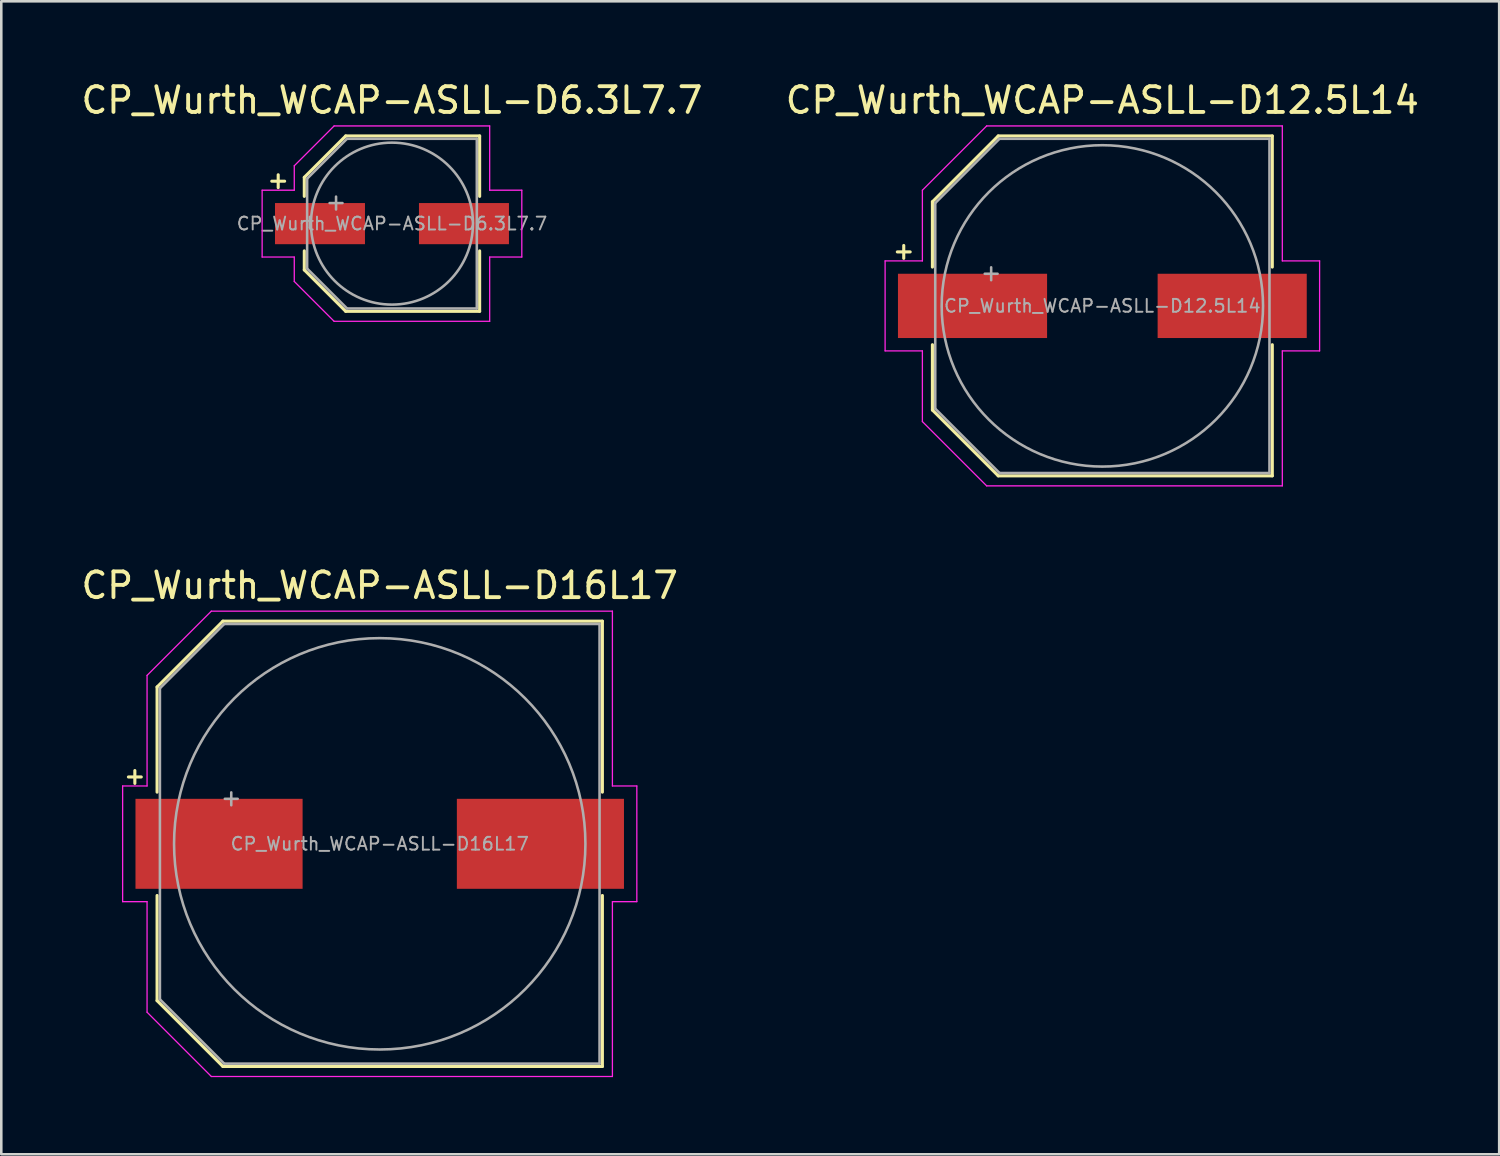
<source format=kicad_pcb>
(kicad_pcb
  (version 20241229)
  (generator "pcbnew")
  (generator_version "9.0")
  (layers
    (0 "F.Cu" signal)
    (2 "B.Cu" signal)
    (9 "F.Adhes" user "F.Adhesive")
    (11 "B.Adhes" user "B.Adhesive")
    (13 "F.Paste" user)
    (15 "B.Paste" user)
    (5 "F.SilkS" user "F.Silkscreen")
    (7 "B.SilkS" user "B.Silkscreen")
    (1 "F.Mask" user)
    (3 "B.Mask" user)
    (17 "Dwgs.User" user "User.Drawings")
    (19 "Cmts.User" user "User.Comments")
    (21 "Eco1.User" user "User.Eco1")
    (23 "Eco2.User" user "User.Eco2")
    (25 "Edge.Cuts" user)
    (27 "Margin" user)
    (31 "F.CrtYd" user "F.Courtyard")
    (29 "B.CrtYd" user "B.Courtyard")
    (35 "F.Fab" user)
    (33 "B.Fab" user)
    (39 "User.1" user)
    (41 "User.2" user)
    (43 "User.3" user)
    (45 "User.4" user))
  (footprint "CP_Wurth_WCAP-ASLL-D6.3L7.7"
    (layer "F.Cu")
    (at 12.196 5.648)
    (property "Reference" "CP_Wurth_WCAP-ASLL-D6.3L7.7" (at 0 -4.8 0) (unlocked yes) (layer "F.SilkS") (effects (font (size 1 1) (thickness 0.15))))
    (attr smd)
    (fp_line (start -4.425 -1.4) (end -4.425 -1.9) (stroke (width 0.12) (type solid)) (layer "F.SilkS"))
    (fp_line (start -4.175 -1.65) (end -4.675 -1.65) (stroke (width 0.12) (type solid)) (layer "F.SilkS"))
    (fp_line (start -3.41 -1.8) (end -3.41 -1.06) (stroke (width 0.12) (type default)) (layer "F.SilkS"))
    (fp_line (start -3.41 -1.8) (end -1.8 -3.41) (stroke (width 0.12) (type default)) (layer "F.SilkS"))
    (fp_line (start -3.41 1.8) (end -3.41 1.06) (stroke (width 0.12) (type default)) (layer "F.SilkS"))
    (fp_line (start -3.41 1.8) (end -1.8 3.41) (stroke (width 0.12) (type default)) (layer "F.SilkS"))
    (fp_line (start -1.8 -3.41) (end 3.41 -3.41) (stroke (width 0.12) (type solid)) (layer "F.SilkS"))
    (fp_line (start -1.8 3.41) (end 3.41 3.41) (stroke (width 0.12) (type solid)) (layer "F.SilkS"))
    (fp_line (start 3.41 -3.41) (end 3.41 -1.06) (stroke (width 0.12) (type default)) (layer "F.SilkS"))
    (fp_line (start 3.41 1.06) (end 3.41 3.41) (stroke (width 0.12) (type default)) (layer "F.SilkS"))
    (fp_line (start -5.05 -1.3) (end -5.05 1.3) (stroke (width 0.05) (type default)) (layer "F.CrtYd"))
    (fp_line (start -5.05 -1.3) (end -3.8 -1.3) (stroke (width 0.05) (type default)) (layer "F.CrtYd"))
    (fp_line (start -5.05 1.3) (end -3.8 1.3) (stroke (width 0.05) (type default)) (layer "F.CrtYd"))
    (fp_line (start -3.8 -2.25) (end -3.8 -1.3) (stroke (width 0.05) (type default)) (layer "F.CrtYd"))
    (fp_line (start -3.8 -2.25) (end -2.25 -3.8) (stroke (width 0.05) (type default)) (layer "F.CrtYd"))
    (fp_line (start -3.8 1.3) (end -3.8 2.25) (stroke (width 0.05) (type default)) (layer "F.CrtYd"))
    (fp_line (start -3.8 2.25) (end -2.25 3.8) (stroke (width 0.05) (type default)) (layer "F.CrtYd"))
    (fp_line (start -2.25 -3.8) (end 3.8 -3.8) (stroke (width 0.05) (type default)) (layer "F.CrtYd"))
    (fp_line (start -2.25 3.8) (end 3.8 3.8) (stroke (width 0.05) (type default)) (layer "F.CrtYd"))
    (fp_line (start 3.8 -3.8) (end 3.8 -1.3) (stroke (width 0.05) (type default)) (layer "F.CrtYd"))
    (fp_line (start 3.8 -1.3) (end 5.05 -1.3) (stroke (width 0.05) (type default)) (layer "F.CrtYd"))
    (fp_line (start 3.8 1.3) (end 3.8 3.8) (stroke (width 0.05) (type default)) (layer "F.CrtYd"))
    (fp_line (start 3.8 1.3) (end 5.05 1.3) (stroke (width 0.05) (type default)) (layer "F.CrtYd"))
    (fp_line (start 5.05 -1.3) (end 5.05 1.3) (stroke (width 0.05) (type default)) (layer "F.CrtYd"))
    (fp_line (start -3.3 -1.75) (end -1.75 -3.3) (stroke (width 0.1) (type default)) (layer "F.Fab"))
    (fp_line (start -3.3 1.75) (end -3.3 -1.75) (stroke (width 0.1) (type default)) (layer "F.Fab"))
    (fp_line (start -2.175 -0.55) (end -2.175 -1.05) (stroke (width 0.1) (type default)) (layer "F.Fab"))
    (fp_line (start -1.925 -0.8) (end -2.425 -0.8) (stroke (width 0.1) (type default)) (layer "F.Fab"))
    (fp_line (start -1.75 -3.3) (end 3.3 -3.3) (stroke (width 0.1) (type default)) (layer "F.Fab"))
    (fp_line (start -1.75 3.3) (end -3.3 1.75) (stroke (width 0.1) (type default)) (layer "F.Fab"))
    (fp_line (start 3.3 -3.3) (end 3.3 3.3) (stroke (width 0.1) (type default)) (layer "F.Fab"))
    (fp_line (start 3.3 3.3) (end -1.75 3.3) (stroke (width 0.1) (type default)) (layer "F.Fab"))
    (fp_circle (center 0 0) (end 3.15 0) (stroke (width 0.1) (type default)) (fill no) (layer "F.Fab"))
    (fp_text user "${REFERENCE}" (at 0 0 0) (unlocked yes) (layer "F.Fab") (effects (font (size 0.5 0.5) (thickness 0.075))))
    (pad "1" smd rect (at -2.8 0) (size 3.5 1.6) (layers "F.Cu" "F.Mask" "F.Paste"))
    (pad "2" smd rect (at 2.8 0) (size 3.5 1.6) (layers "F.Cu" "F.Mask" "F.Paste")))
  (footprint "CP_Wurth_WCAP-ASLL-D12.5L14"
    (layer "F.Cu")
    (at 39.827 8.848)
    (property "Reference" "CP_Wurth_WCAP-ASLL-D12.5L14" (at 0 -8 0) (unlocked yes) (layer "F.SilkS") (effects (font (size 1 1) (thickness 0.15))))
    (attr smd)
    (fp_line (start -7.725 -1.85) (end -7.725 -2.35) (stroke (width 0.12) (type solid)) (layer "F.SilkS"))
    (fp_line (start -7.475 -2.1) (end -7.975 -2.1) (stroke (width 0.12) (type solid)) (layer "F.SilkS"))
    (fp_line (start -6.61 -4.05) (end -6.61 -1.51) (stroke (width 0.12) (type default)) (layer "F.SilkS"))
    (fp_line (start -6.61 -4.05) (end -4.05 -6.61) (stroke (width 0.12) (type default)) (layer "F.SilkS"))
    (fp_line (start -6.61 4.05) (end -6.61 1.51) (stroke (width 0.12) (type default)) (layer "F.SilkS"))
    (fp_line (start -6.61 4.05) (end -4.05 6.61) (stroke (width 0.12) (type default)) (layer "F.SilkS"))
    (fp_line (start -4.05 -6.61) (end 6.61 -6.61) (stroke (width 0.12) (type solid)) (layer "F.SilkS"))
    (fp_line (start -4.05 6.61) (end 6.61 6.61) (stroke (width 0.12) (type solid)) (layer "F.SilkS"))
    (fp_line (start 6.61 -6.61) (end 6.61 -1.51) (stroke (width 0.12) (type default)) (layer "F.SilkS"))
    (fp_line (start 6.61 1.51) (end 6.61 6.61) (stroke (width 0.12) (type default)) (layer "F.SilkS"))
    (fp_line (start -8.45 -1.75) (end -8.45 1.75) (stroke (width 0.05) (type default)) (layer "F.CrtYd"))
    (fp_line (start -8.45 -1.75) (end -7 -1.75) (stroke (width 0.05) (type default)) (layer "F.CrtYd"))
    (fp_line (start -8.45 1.75) (end -7 1.75) (stroke (width 0.05) (type default)) (layer "F.CrtYd"))
    (fp_line (start -7 -4.5) (end -7 -1.75) (stroke (width 0.05) (type default)) (layer "F.CrtYd"))
    (fp_line (start -7 -4.5) (end -4.5 -7) (stroke (width 0.05) (type default)) (layer "F.CrtYd"))
    (fp_line (start -7 1.75) (end -7 4.5) (stroke (width 0.05) (type default)) (layer "F.CrtYd"))
    (fp_line (start -7 4.5) (end -4.5 7) (stroke (width 0.05) (type default)) (layer "F.CrtYd"))
    (fp_line (start -4.5 -7) (end 7 -7) (stroke (width 0.05) (type default)) (layer "F.CrtYd"))
    (fp_line (start -4.5 7) (end 7 7) (stroke (width 0.05) (type default)) (layer "F.CrtYd"))
    (fp_line (start 7 -7) (end 7 -1.75) (stroke (width 0.05) (type default)) (layer "F.CrtYd"))
    (fp_line (start 7 -1.75) (end 8.45 -1.75) (stroke (width 0.05) (type default)) (layer "F.CrtYd"))
    (fp_line (start 7 1.75) (end 7 7) (stroke (width 0.05) (type default)) (layer "F.CrtYd"))
    (fp_line (start 7 1.75) (end 8.45 1.75) (stroke (width 0.05) (type default)) (layer "F.CrtYd"))
    (fp_line (start 8.45 -1.75) (end 8.45 1.75) (stroke (width 0.05) (type default)) (layer "F.CrtYd"))
    (fp_line (start -6.5 -4) (end -4 -6.5) (stroke (width 0.1) (type default)) (layer "F.Fab"))
    (fp_line (start -6.5 4) (end -6.5 -4) (stroke (width 0.1) (type default)) (layer "F.Fab"))
    (fp_line (start -4.325 -1) (end -4.325 -1.5) (stroke (width 0.1) (type default)) (layer "F.Fab"))
    (fp_line (start -4.075 -1.25) (end -4.575 -1.25) (stroke (width 0.1) (type default)) (layer "F.Fab"))
    (fp_line (start -4 -6.5) (end 6.5 -6.5) (stroke (width 0.1) (type default)) (layer "F.Fab"))
    (fp_line (start -4 6.5) (end -6.5 4) (stroke (width 0.1) (type default)) (layer "F.Fab"))
    (fp_line (start 6.5 -6.5) (end 6.5 6.5) (stroke (width 0.1) (type default)) (layer "F.Fab"))
    (fp_line (start 6.5 6.5) (end -4 6.5) (stroke (width 0.1) (type default)) (layer "F.Fab"))
    (fp_circle (center 0 0) (end 6.25 0) (stroke (width 0.1) (type default)) (fill no) (layer "F.Fab"))
    (fp_text user "${REFERENCE}" (at 0 0 0) (unlocked yes) (layer "F.Fab") (effects (font (size 0.5 0.5) (thickness 0.075))))
    (pad "1" smd rect (at -5.05 0) (size 5.8 2.5) (layers "F.Cu" "F.Mask" "F.Paste"))
    (pad "2" smd rect (at 5.05 0) (size 5.8 2.5) (layers "F.Cu" "F.Mask" "F.Paste")))
  (footprint "CP_Wurth_WCAP-ASLL-D16L17"
    (layer "F.Cu")
    (at 11.72 29.771)
    (property "Reference" "CP_Wurth_WCAP-ASLL-D16L17" (at 0 -10.05 0) (unlocked yes) (layer "F.SilkS") (effects (font (size 1 1) (thickness 0.15))))
    (attr smd)
    (fp_line (start -9.525 -2.35) (end -9.525 -2.85) (stroke (width 0.12) (type solid)) (layer "F.SilkS"))
    (fp_line (start -9.275 -2.6) (end -9.775 -2.6) (stroke (width 0.12) (type solid)) (layer "F.SilkS"))
    (fp_line (start -8.66 -6.1) (end -8.66 -2.01) (stroke (width 0.12) (type default)) (layer "F.SilkS"))
    (fp_line (start -8.66 -6.1) (end -6.1 -8.66) (stroke (width 0.12) (type default)) (layer "F.SilkS"))
    (fp_line (start -8.66 6.1) (end -8.66 2.01) (stroke (width 0.12) (type default)) (layer "F.SilkS"))
    (fp_line (start -8.66 6.1) (end -6.1 8.66) (stroke (width 0.12) (type default)) (layer "F.SilkS"))
    (fp_line (start -6.1 -8.66) (end 8.66 -8.66) (stroke (width 0.12) (type solid)) (layer "F.SilkS"))
    (fp_line (start -6.1 8.66) (end 8.66 8.66) (stroke (width 0.12) (type solid)) (layer "F.SilkS"))
    (fp_line (start 8.66 -8.66) (end 8.66 -2.01) (stroke (width 0.12) (type default)) (layer "F.SilkS"))
    (fp_line (start 8.66 2.01) (end 8.66 8.66) (stroke (width 0.12) (type default)) (layer "F.SilkS"))
    (fp_line (start -10 -2.25) (end -10 2.25) (stroke (width 0.05) (type default)) (layer "F.CrtYd"))
    (fp_line (start -10 -2.25) (end -9.05 -2.25) (stroke (width 0.05) (type default)) (layer "F.CrtYd"))
    (fp_line (start -10 2.25) (end -9.05 2.25) (stroke (width 0.05) (type default)) (layer "F.CrtYd"))
    (fp_line (start -9.05 -6.55) (end -9.05 -2.25) (stroke (width 0.05) (type default)) (layer "F.CrtYd"))
    (fp_line (start -9.05 -6.55) (end -6.55 -9.05) (stroke (width 0.05) (type default)) (layer "F.CrtYd"))
    (fp_line (start -9.05 2.25) (end -9.05 6.55) (stroke (width 0.05) (type default)) (layer "F.CrtYd"))
    (fp_line (start -9.05 6.55) (end -6.55 9.05) (stroke (width 0.05) (type default)) (layer "F.CrtYd"))
    (fp_line (start -6.55 -9.05) (end 9.05 -9.05) (stroke (width 0.05) (type default)) (layer "F.CrtYd"))
    (fp_line (start -6.55 9.05) (end 9.05 9.05) (stroke (width 0.05) (type default)) (layer "F.CrtYd"))
    (fp_line (start 9.05 -9.05) (end 9.05 -2.25) (stroke (width 0.05) (type default)) (layer "F.CrtYd"))
    (fp_line (start 9.05 -2.25) (end 10 -2.25) (stroke (width 0.05) (type default)) (layer "F.CrtYd"))
    (fp_line (start 9.05 2.25) (end 9.05 9.05) (stroke (width 0.05) (type default)) (layer "F.CrtYd"))
    (fp_line (start 9.05 2.25) (end 10 2.25) (stroke (width 0.05) (type default)) (layer "F.CrtYd"))
    (fp_line (start 10 -2.25) (end 10 2.25) (stroke (width 0.05) (type default)) (layer "F.CrtYd"))
    (fp_line (start -8.55 -6.05) (end -6.05 -8.55) (stroke (width 0.1) (type default)) (layer "F.Fab"))
    (fp_line (start -8.55 6.05) (end -8.55 -6.05) (stroke (width 0.1) (type default)) (layer "F.Fab"))
    (fp_line (start -6.05 -8.55) (end 8.55 -8.55) (stroke (width 0.1) (type default)) (layer "F.Fab"))
    (fp_line (start -6.05 8.55) (end -8.55 6.05) (stroke (width 0.1) (type default)) (layer "F.Fab"))
    (fp_line (start -5.775 -1.5) (end -5.775 -2) (stroke (width 0.1) (type default)) (layer "F.Fab"))
    (fp_line (start -5.525 -1.75) (end -6.025 -1.75) (stroke (width 0.1) (type default)) (layer "F.Fab"))
    (fp_line (start 8.55 -8.55) (end 8.55 8.55) (stroke (width 0.1) (type default)) (layer "F.Fab"))
    (fp_line (start 8.55 8.55) (end -6.05 8.55) (stroke (width 0.1) (type default)) (layer "F.Fab"))
    (fp_circle (center 0 0) (end 8 0) (stroke (width 0.1) (type default)) (fill no) (layer "F.Fab"))
    (fp_text user "${REFERENCE}" (at 0 0 0) (unlocked yes) (layer "F.Fab") (effects (font (size 0.5 0.5) (thickness 0.075))))
    (pad "1" smd rect (at -6.25 0) (size 6.5 3.5) (layers "F.Cu" "F.Mask" "F.Paste"))
    (pad "2" smd rect (at 6.25 0) (size 6.5 3.5) (layers "F.Cu" "F.Mask" "F.Paste")))
  (gr_rect
    (start -3 -3)
    (end 55.262 41.846)
    (stroke (width 0.1) (type default))
    (fill no)
    (layer "Edge.Cuts")))
</source>
